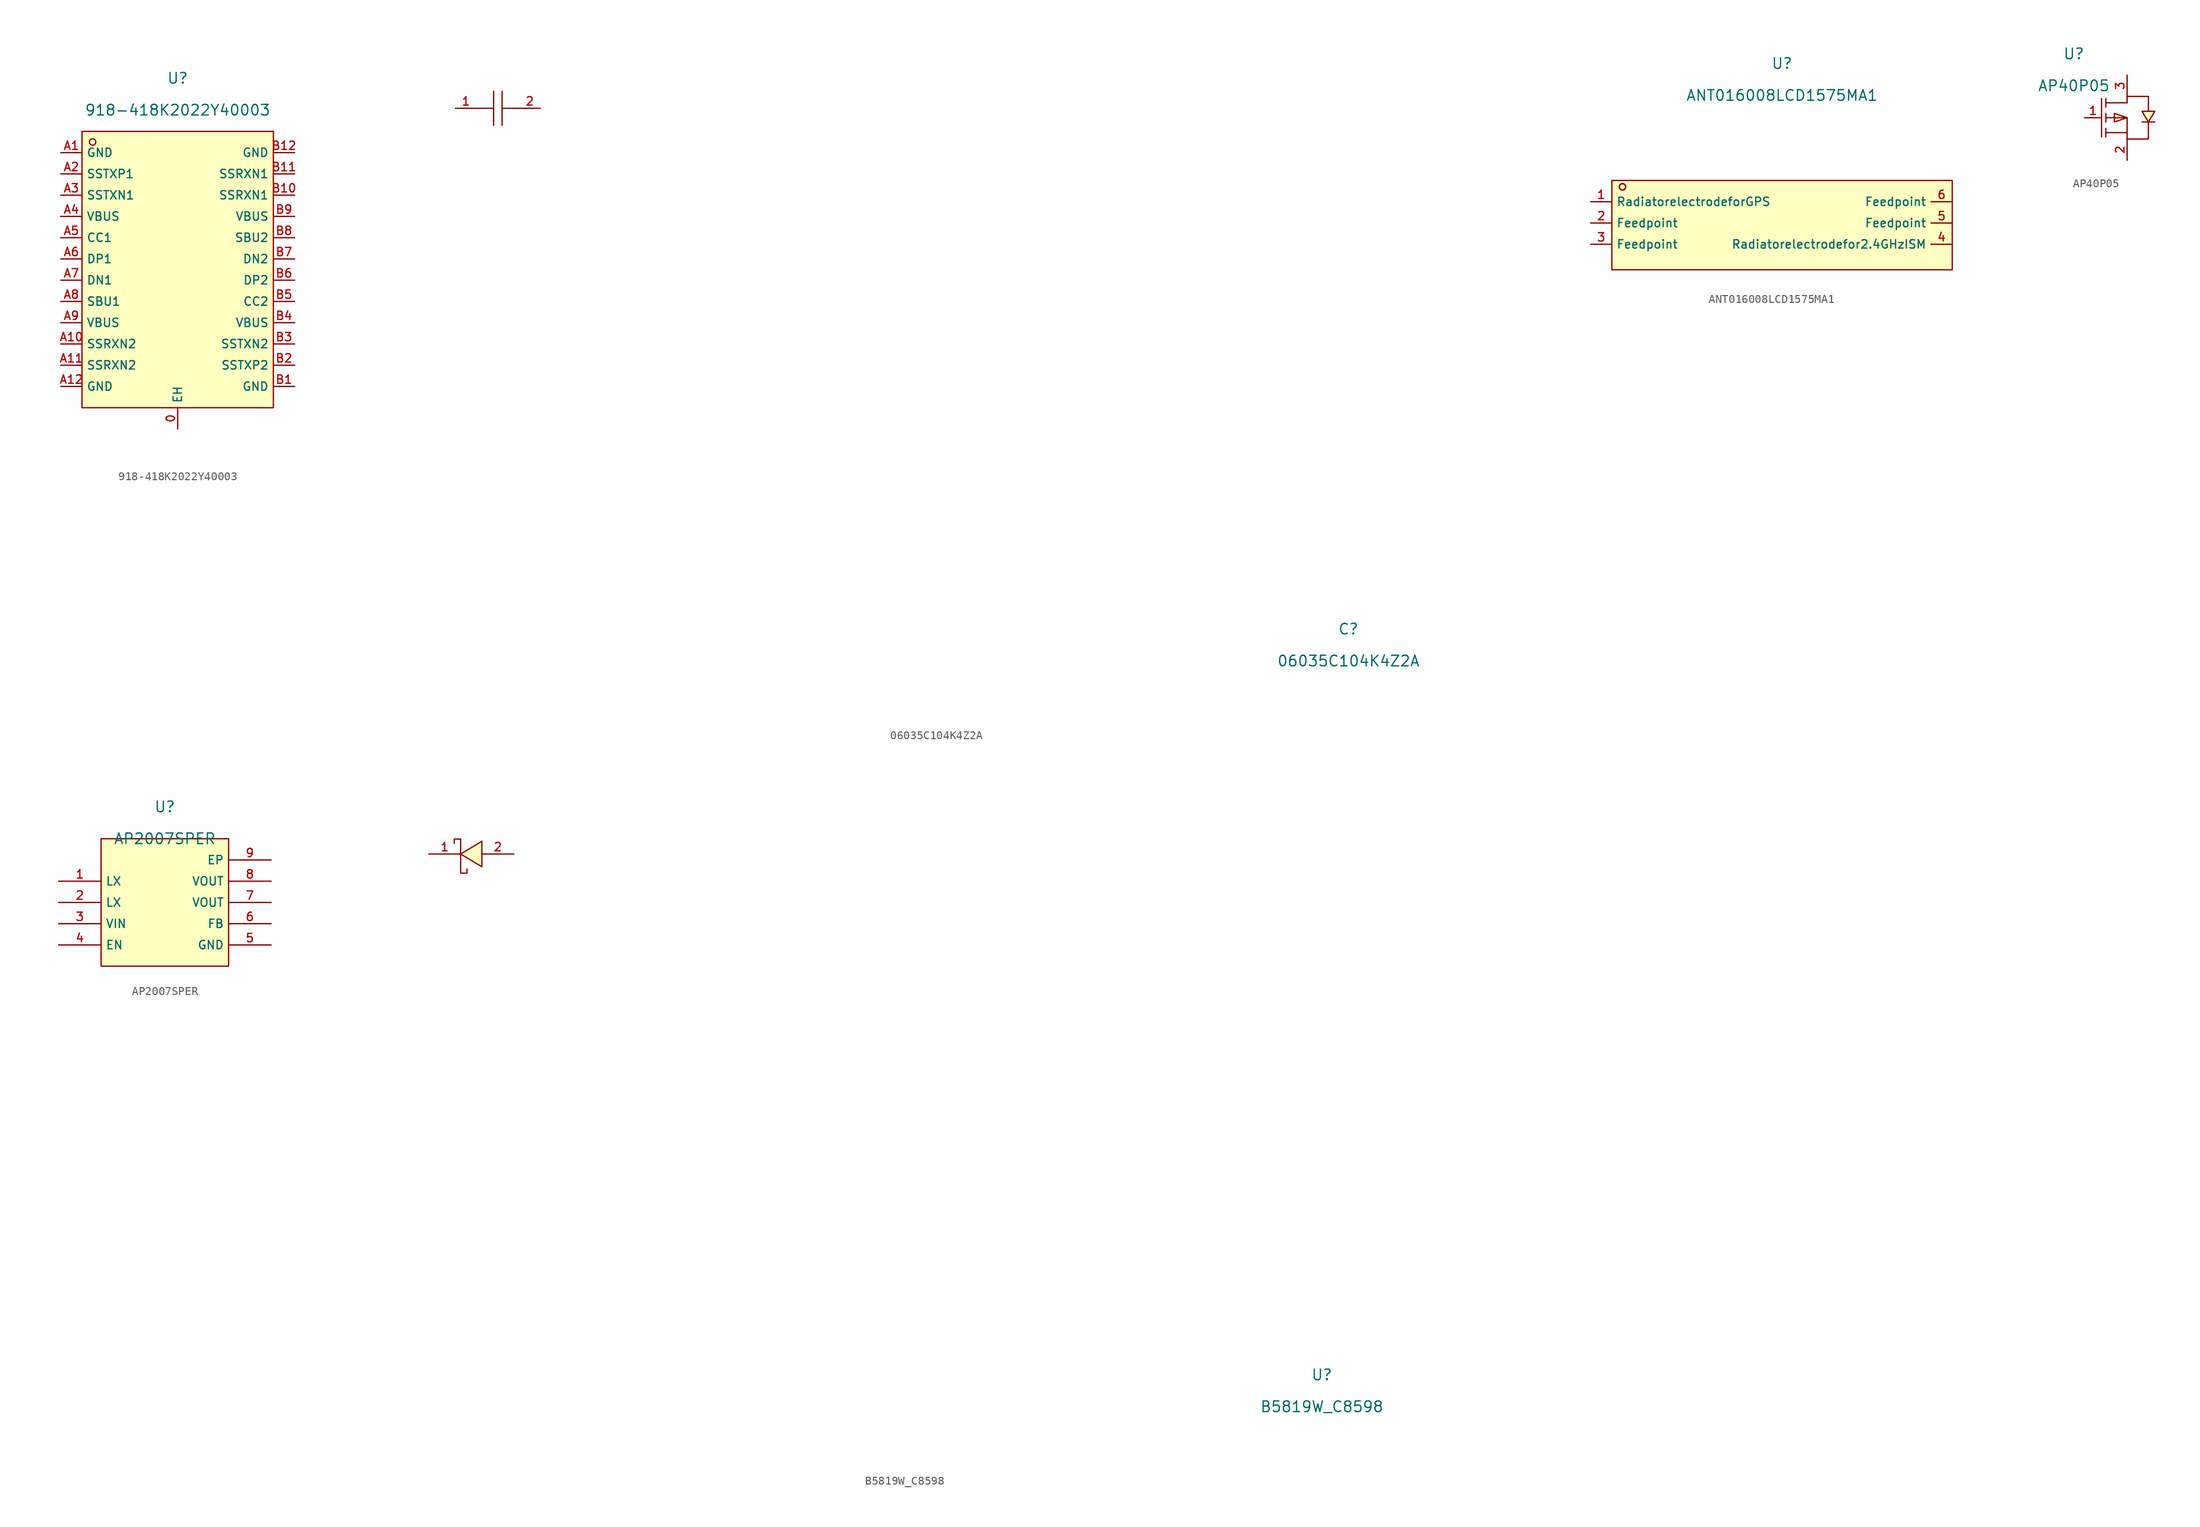
<source format=kicad_sym>
(kicad_symbol_lib
  (version 20220914)
  (generator kicad_symbol_editor)
  (symbol "918-418K2022Y40003"
    (property "Reference" "U"
      (at 0 10.16 0)
      (effects (font (size 1.27 1.27))))
    (property "Value" "918-418K2022Y40003"
      (at 0 6.35 0)
      (effects (font (size 1.27 1.27))))
    (symbol "918-418K2022Y40003_0_0"
      (rectangle (start -11.43 3.81) (end 11.43 -29.21) (stroke (width 0) (type default)) (fill (type background)))
      (circle (center -10.16 2.54) (radius 0.381) (stroke (width 0) (type default)) (fill (type background)))
      (pin unspecified line (at 0 -31.75 90) (length 2.54) (name "EH" (effects (font (size 1 1)))) (number "0" (effects (font (size 1 1)))))
      (pin unspecified line (at -13.97 1.27 0) (length 2.54) (name "GND" (effects (font (size 1 1)))) (number "A1" (effects (font (size 1 1)))))
      (pin unspecified line (at -13.97 -21.59 0) (length 2.54) (name "SSRXN2" (effects (font (size 1 1)))) (number "A10" (effects (font (size 1 1)))))
      (pin unspecified line (at -13.97 -24.13 0) (length 2.54) (name "SSRXN2" (effects (font (size 1 1)))) (number "A11" (effects (font (size 1 1)))))
      (pin unspecified line (at -13.97 -26.67 0) (length 2.54) (name "GND" (effects (font (size 1 1)))) (number "A12" (effects (font (size 1 1)))))
      (pin unspecified line (at -13.97 -1.27 0) (length 2.54) (name "SSTXP1" (effects (font (size 1 1)))) (number "A2" (effects (font (size 1 1)))))
      (pin unspecified line (at -13.97 -3.81 0) (length 2.54) (name "SSTXN1" (effects (font (size 1 1)))) (number "A3" (effects (font (size 1 1)))))
      (pin unspecified line (at -13.97 -6.35 0) (length 2.54) (name "VBUS" (effects (font (size 1 1)))) (number "A4" (effects (font (size 1 1)))))
      (pin unspecified line (at -13.97 -8.89 0) (length 2.54) (name "CC1" (effects (font (size 1 1)))) (number "A5" (effects (font (size 1 1)))))
      (pin unspecified line (at -13.97 -11.43 0) (length 2.54) (name "DP1" (effects (font (size 1 1)))) (number "A6" (effects (font (size 1 1)))))
      (pin unspecified line (at -13.97 -13.97 0) (length 2.54) (name "DN1" (effects (font (size 1 1)))) (number "A7" (effects (font (size 1 1)))))
      (pin unspecified line (at -13.97 -16.51 0) (length 2.54) (name "SBU1" (effects (font (size 1 1)))) (number "A8" (effects (font (size 1 1)))))
      (pin unspecified line (at -13.97 -19.05 0) (length 2.54) (name "VBUS" (effects (font (size 1 1)))) (number "A9" (effects (font (size 1 1)))))
      (pin unspecified line (at 13.97 -26.67 180) (length 2.54) (name "GND" (effects (font (size 1 1)))) (number "B1" (effects (font (size 1 1)))))
      (pin unspecified line (at 13.97 -3.81 180) (length 2.54) (name "SSRXN1" (effects (font (size 1 1)))) (number "B10" (effects (font (size 1 1)))))
      (pin unspecified line (at 13.97 -1.27 180) (length 2.54) (name "SSRXN1" (effects (font (size 1 1)))) (number "B11" (effects (font (size 1 1)))))
      (pin unspecified line (at 13.97 1.27 180) (length 2.54) (name "GND" (effects (font (size 1 1)))) (number "B12" (effects (font (size 1 1)))))
      (pin unspecified line (at 13.97 -24.13 180) (length 2.54) (name "SSTXP2" (effects (font (size 1 1)))) (number "B2" (effects (font (size 1 1)))))
      (pin unspecified line (at 13.97 -21.59 180) (length 2.54) (name "SSTXN2" (effects (font (size 1 1)))) (number "B3" (effects (font (size 1 1)))))
      (pin unspecified line (at 13.97 -19.05 180) (length 2.54) (name "VBUS" (effects (font (size 1 1)))) (number "B4" (effects (font (size 1 1)))))
      (pin unspecified line (at 13.97 -16.51 180) (length 2.54) (name "CC2" (effects (font (size 1 1)))) (number "B5" (effects (font (size 1 1)))))
      (pin unspecified line (at 13.97 -13.97 180) (length 2.54) (name "DP2" (effects (font (size 1 1)))) (number "B6" (effects (font (size 1 1)))))
      (pin unspecified line (at 13.97 -11.43 180) (length 2.54) (name "DN2" (effects (font (size 1 1)))) (number "B7" (effects (font (size 1 1)))))
      (pin unspecified line (at 13.97 -8.89 180) (length 2.54) (name "SBU2" (effects (font (size 1 1)))) (number "B8" (effects (font (size 1 1)))))
      (pin unspecified line (at 13.97 -6.35 180) (length 2.54) (name "VBUS" (effects (font (size 1 1)))) (number "B9" (effects (font (size 1 1)))))))
  (symbol "06035C104K4Z2A"
    (pin_names hide)
    (property "Reference" "C"
      (at 0 1.27 0)
      (effects (font (size 1.27 1.27))))
    (property "Value" "06035C104K4Z2A"
      (at 0 -2.54 0)
      (effects (font (size 1.27 1.27))))
    (symbol "06035C104K4Z2A_0_0"
      (polyline (pts (xy -102.108 61.468) (xy -102.108 65.532)) (stroke (width 0) (type default)) (fill (type none)))
      (polyline (pts (xy -102.108 63.5) (xy -104.14 63.5)) (stroke (width 0) (type default)) (fill (type none)))
      (polyline (pts (xy -101.092 65.532) (xy -101.092 61.468)) (stroke (width 0) (type default)) (fill (type none)))
      (polyline (pts (xy -99.06 63.5) (xy -101.092 63.5)) (stroke (width 0) (type default)) (fill (type none)))
      (pin unspecified line (at -106.68 63.5 0) (length 2.54) (name "1" (effects (font (size 1 1)))) (number "1" (effects (font (size 1 1)))))
      (pin unspecified line (at -96.52 63.5 180) (length 2.54) (name "2" (effects (font (size 1 1)))) (number "2" (effects (font (size 1 1)))))))
  (symbol "ANT016008LCD1575MA1"
    (property "Reference" "U"
      (at 0 1.27 0)
      (effects (font (size 1.27 1.27))))
    (property "Value" "ANT016008LCD1575MA1"
      (at 0 -2.54 0)
      (effects (font (size 1.27 1.27))))
    (symbol "ANT016008LCD1575MA1_0_0"
      (rectangle (start -20.32 -12.7) (end 20.32 -23.368) (stroke (width 0) (type default)) (fill (type background)))
      (circle (center -19.05 -13.462) (radius 0.381) (stroke (width 0) (type default)) (fill (type background)))
      (circle (center -19.05 -13.462) (radius 0.381) (stroke (width 0) (type default)) (fill (type background)))
      (pin unspecified line (at -22.86 -15.24 0) (length 2.54) (name "RadiatorelectrodeforGPS" (effects (font (size 1 1)))) (number "1" (effects (font (size 1 1)))))
      (pin unspecified line (at -22.86 -17.78 0) (length 2.54) (name "Feedpoint" (effects (font (size 1 1)))) (number "2" (effects (font (size 1 1)))))
      (pin unspecified line (at -22.86 -20.32 0) (length 2.54) (name "Feedpoint" (effects (font (size 1 1)))) (number "3" (effects (font (size 1 1)))))
      (pin unspecified line (at 20.32 -20.32 180) (length 2.54) (name "Radiatorelectrodefor2.4GHzISM" (effects (font (size 1 1)))) (number "4" (effects (font (size 1 1)))))
      (pin unspecified line (at 20.32 -17.78 180) (length 2.54) (name "Feedpoint" (effects (font (size 1 1)))) (number "5" (effects (font (size 1 1)))))
      (pin unspecified line (at 20.32 -15.24 180) (length 2.54) (name "Feedpoint" (effects (font (size 1 1)))) (number "6" (effects (font (size 1 1)))))))
  (symbol "AP40P05"
    (pin_names hide)
    (property "Reference" "U"
      (at -6.35 6.35 0)
      (effects (font (size 1.27 1.27))))
    (property "Value" "AP40P05"
      (at -6.35 2.54 0)
      (effects (font (size 1.27 1.27))))
    (symbol "AP40P05_0_0"
      (polyline (pts (xy -3.048 1.016) (xy -3.048 -3.556)) (stroke (width 0) (type default)) (fill (type none)))
      (polyline (pts (xy -2.54 -3.556) (xy -2.54 -2.54)) (stroke (width 0) (type default)) (fill (type none)))
      (polyline (pts (xy -2.54 -1.778) (xy -2.54 -0.762)) (stroke (width 0) (type default)) (fill (type none)))
      (polyline (pts (xy -2.54 0) (xy -2.54 1.016)) (stroke (width 0) (type default)) (fill (type none)))
      (polyline (pts (xy 0 -3.048) (xy -2.54 -3.048)) (stroke (width 0) (type default)) (fill (type none)))
      (polyline (pts (xy 0 0.508) (xy -2.54 0.508)) (stroke (width 0) (type default)) (fill (type none)))
      (polyline (pts (xy -2.54 -1.27) (xy 0 -1.27) (xy 0 -3.81)) (stroke (width 0) (type default)) (fill (type none)))
      (polyline (pts (xy 0 -3.81) (xy 2.54 -3.81) (xy 2.54 -1.778)) (stroke (width 0) (type default)) (fill (type none)))
      (polyline (pts (xy 0 -1.27) (xy -1.524 -0.762) (xy -1.524 -1.778) (xy 0 -1.27)) (stroke (width 0) (type default)) (fill (type background)))
      (polyline (pts (xy 0 0.508) (xy 0 1.27) (xy 2.54 1.27) (xy 2.54 -0.508)) (stroke (width 0) (type default)) (fill (type none)))
      (polyline (pts (xy 2.54 -1.778) (xy 3.302 -0.508) (xy 1.778 -0.508) (xy 2.54 -1.778)) (stroke (width 0) (type default)) (fill (type background)))
      (polyline (pts (xy 3.302 -1.778) (xy 3.048 -1.778) (xy 2.032 -1.778) (xy 1.778 -1.778)) (stroke (width 0) (type default)) (fill (type none)))
      (pin unspecified line (at -5.08 -1.27 0) (length 2.032) (name "G" (effects (font (size 1 1)))) (number "1" (effects (font (size 1 1)))))
      (pin unspecified line (at 0 -6.35 90) (length 2.54) (name "S" (effects (font (size 1 1)))) (number "2" (effects (font (size 1 1)))))
      (pin unspecified line (at 0 3.81 270) (length 2.54) (name "D" (effects (font (size 1 1)))) (number "3" (effects (font (size 1 1)))))))
  (symbol "AP2007SPER"
    (property "Reference" "U"
      (at 0 1.27 0)
      (effects (font (size 1.27 1.27))))
    (property "Value" "AP2007SPER"
      (at 0 -2.54 0)
      (effects (font (size 1.27 1.27))))
    (symbol "AP2007SPER_0_0"
      (rectangle (start -7.62 -2.54) (end 7.62 -17.78) (stroke (width 0) (type default)) (fill (type background)))
      (pin unspecified line (at -12.7 -7.62 0) (length 5.08) (name "LX" (effects (font (size 1 1)))) (number "1" (effects (font (size 1 1)))))
      (pin unspecified line (at -12.7 -10.16 0) (length 5.08) (name "LX" (effects (font (size 1 1)))) (number "2" (effects (font (size 1 1)))))
      (pin unspecified line (at -12.7 -12.7 0) (length 5.08) (name "VIN" (effects (font (size 1 1)))) (number "3" (effects (font (size 1 1)))))
      (pin unspecified line (at -12.7 -15.24 0) (length 5.08) (name "EN" (effects (font (size 1 1)))) (number "4" (effects (font (size 1 1)))))
      (pin unspecified line (at 12.7 -15.24 180) (length 5.08) (name "GND" (effects (font (size 1 1)))) (number "5" (effects (font (size 1 1)))))
      (pin unspecified line (at 12.7 -12.7 180) (length 5.08) (name "FB" (effects (font (size 1 1)))) (number "6" (effects (font (size 1 1)))))
      (pin unspecified line (at 12.7 -10.16 180) (length 5.08) (name "VOUT" (effects (font (size 1 1)))) (number "7" (effects (font (size 1 1)))))
      (pin unspecified line (at 12.7 -7.62 180) (length 5.08) (name "VOUT" (effects (font (size 1 1)))) (number "8" (effects (font (size 1 1)))))
      (pin unspecified line (at 12.7 -5.08 180) (length 5.08) (name "EP" (effects (font (size 1 1)))) (number "9" (effects (font (size 1 1)))))))
  (symbol "B5819W_C8598"
    (pin_names hide)
    (property "Reference" "U"
      (at 0 1.27 0)
      (effects (font (size 1.27 1.27))))
    (property "Value" "B5819W_C8598"
      (at 0 -2.54 0)
      (effects (font (size 1.27 1.27))))
    (symbol "B5819W_C8598_0_0"
      (polyline (pts (xy -100.33 65.024) (xy -102.87 63.5) (xy -100.33 61.976) (xy -100.33 65.024)) (stroke (width 0) (type default)) (fill (type background)))
      (polyline (pts (xy -102.108 61.722) (xy -102.108 61.214) (xy -102.87 61.214) (xy -102.87 64.516) (xy -102.87 65.278) (xy -103.632 65.278) (xy -103.632 64.77)) (stroke (width 0) (type default)) (fill (type none)))
      (pin unspecified line (at -106.68 63.5 0) (length 3.81) (name "-" (effects (font (size 1 1)))) (number "1" (effects (font (size 1 1)))))
      (pin unspecified line (at -96.52 63.5 180) (length 3.81) (name "+" (effects (font (size 1 1)))) (number "2" (effects (font (size 1 1))))))))
</source>
